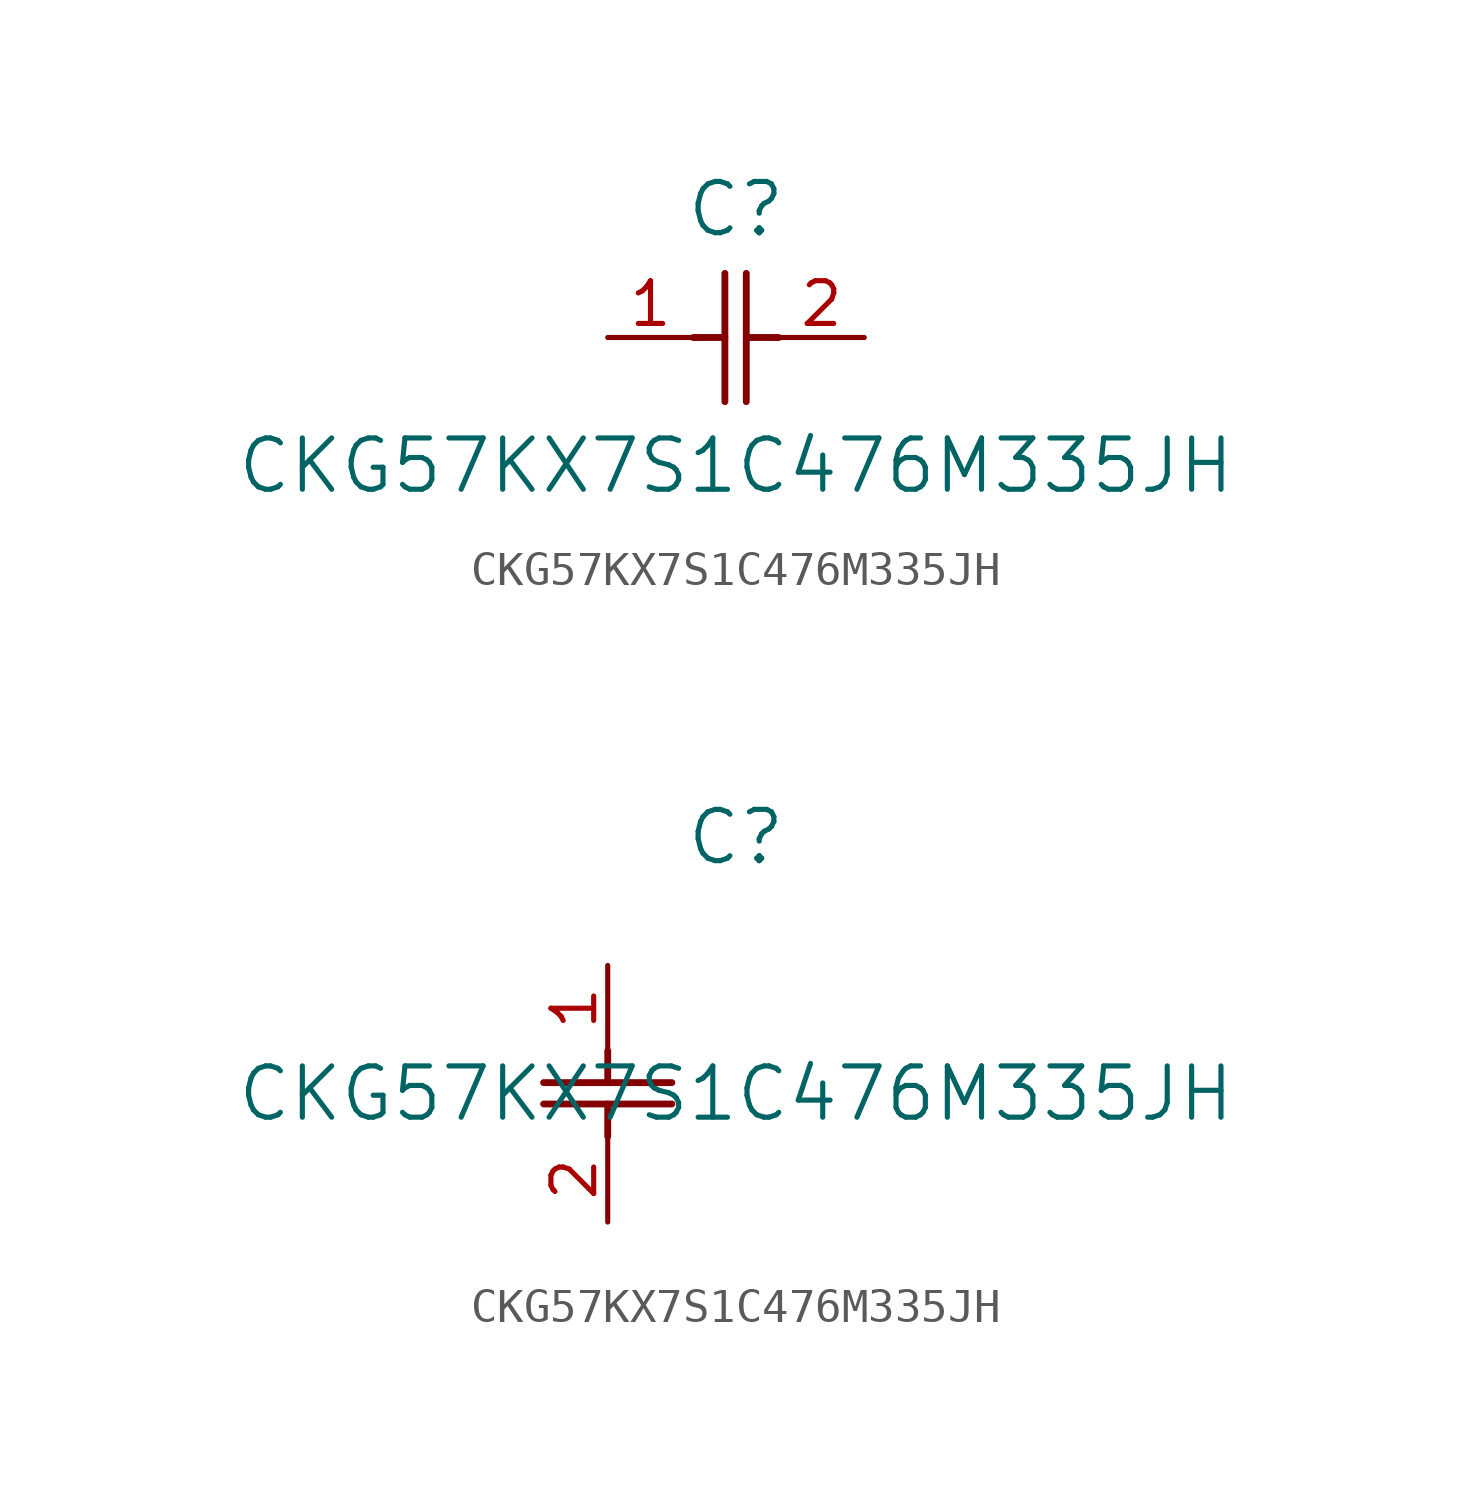
<source format=kicad_sym>
(kicad_symbol_lib
  (version 20211014)
  (generator kicad_symbol_editor)
  (symbol "CKG57KX7S1C476M335JH"
    (pin_names
      (offset 0.254))
    (property "Reference" "C"
      (at 3.81 3.81 0)
      (effects (font (size 1.524 1.524))))
    (property "Value" "CKG57KX7S1C476M335JH"
      (at 3.81 -3.81 0)
      (effects (font (size 1.524 1.524))))
    (symbol "CKG57KX7S1C476M335JH_1_1"
      (polyline (pts (xy 3.48 -1.905) (xy 3.48 1.905)) (stroke (width 0.203) (type default) (color 0 0 0 0)) (fill (type none)))
      (polyline (pts (xy 4.115 -1.905) (xy 4.115 1.905)) (stroke (width 0.203) (type default) (color 0 0 0 0)) (fill (type none)))
      (polyline (pts (xy 4.115 0) (xy 5.08 0)) (stroke (width 0.203) (type default) (color 0 0 0 0)) (fill (type none)))
      (polyline (pts (xy 2.54 0) (xy 3.48 0)) (stroke (width 0.203) (type default) (color 0 0 0 0)) (fill (type none)))
      (pin unspecified line (at 0 0 0) (length 2.54) (name "" (effects (font (size 1.27 1.27)))) (number "1" (effects (font (size 1.27 1.27)))))
      (pin unspecified line (at 7.62 0 180) (length 2.54) (name "" (effects (font (size 1.27 1.27)))) (number "2" (effects (font (size 1.27 1.27))))))
    (symbol "CKG57KX7S1C476M335JH_1_2"
      (polyline (pts (xy -1.905 -3.48) (xy 1.905 -3.48)) (stroke (width 0.203) (type default) (color 0 0 0 0)) (fill (type none)))
      (polyline (pts (xy -1.905 -4.115) (xy 1.905 -4.115)) (stroke (width 0.203) (type default) (color 0 0 0 0)) (fill (type none)))
      (polyline (pts (xy 0 -4.115) (xy 0 -5.08)) (stroke (width 0.203) (type default) (color 0 0 0 0)) (fill (type none)))
      (polyline (pts (xy 0 -2.54) (xy 0 -3.48)) (stroke (width 0.203) (type default) (color 0 0 0 0)) (fill (type none)))
      (pin unspecified line (at 0 0 270) (length 2.54) (name "" (effects (font (size 1.27 1.27)))) (number "1" (effects (font (size 1.27 1.27)))))
      (pin unspecified line (at 0 -7.62 90) (length 2.54) (name "" (effects (font (size 1.27 1.27)))) (number "2" (effects (font (size 1.27 1.27))))))))
</source>
